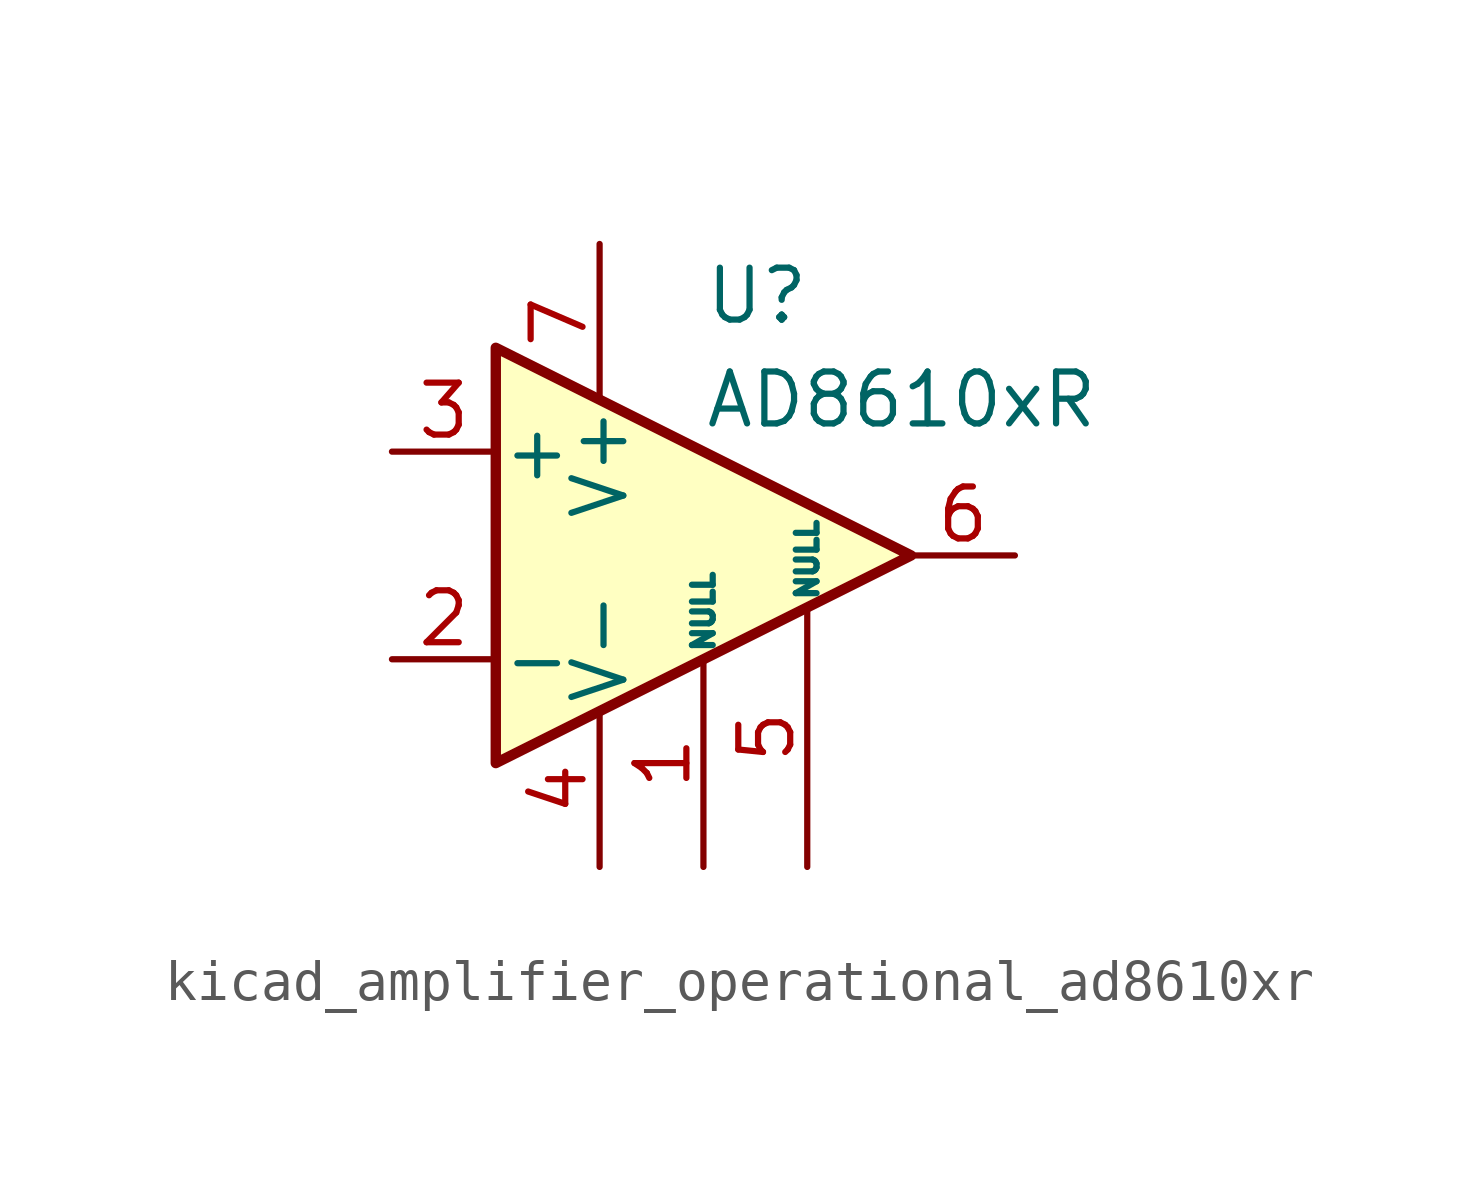
<source format=kicad_sym>
(kicad_symbol_lib
  (version 20220914)
  (generator kicad_symbol_editor)
  (symbol "kicad_amplifier_operational_ad8610xr"
    (pin_names
      (offset 0.127))
    (property "Reference" "U"
      (at 0 6.35 0)
      (effects (font (size 1.27 1.27)) (justify left)))
    (property "Value" "AD8610xR"
      (at 0 3.81 0)
      (effects (font (size 1.27 1.27)) (justify left)))
    (symbol "kicad_amplifier_operational_ad8610xr_0_1"
      (polyline (pts (xy -5.08 5.08) (xy 5.08 0) (xy -5.08 -5.08) (xy -5.08 5.08)) (stroke (width 0.254) (type default)) (fill (type background))))
    (symbol "kicad_amplifier_operational_ad8610xr_1_1"
      (pin input line (at 0 -7.62 90) (length 5.08) (name "NULL" (effects (font (size 0.508 0.508)))) (number "1" (effects (font (size 1.27 1.27)))))
      (pin input line (at -7.62 -2.54 0) (length 2.54) (name "-" (effects (font (size 1.27 1.27)))) (number "2" (effects (font (size 1.27 1.27)))))
      (pin input line (at -7.62 2.54 0) (length 2.54) (name "+" (effects (font (size 1.27 1.27)))) (number "3" (effects (font (size 1.27 1.27)))))
      (pin power_in line (at -2.54 -7.62 90) (length 3.81) (name "V-" (effects (font (size 1.27 1.27)))) (number "4" (effects (font (size 1.27 1.27)))))
      (pin input line (at 2.54 -7.62 90) (length 6.35) (name "NULL" (effects (font (size 0.508 0.508)))) (number "5" (effects (font (size 1.27 1.27)))))
      (pin output line (at 7.62 0 180) (length 2.54) (name "~" (effects (font (size 1.27 1.27)))) (number "6" (effects (font (size 1.27 1.27)))))
      (pin power_in line (at -2.54 7.62 270) (length 3.81) (name "V+" (effects (font (size 1.27 1.27)))) (number "7" (effects (font (size 1.27 1.27)))))
      (pin no_connect line (at 0 2.54 270) (length 2.54) hide (name "NC" (effects (font (size 1.27 1.27)))) (number "8" (effects (font (size 1.27 1.27))))))))
</source>
